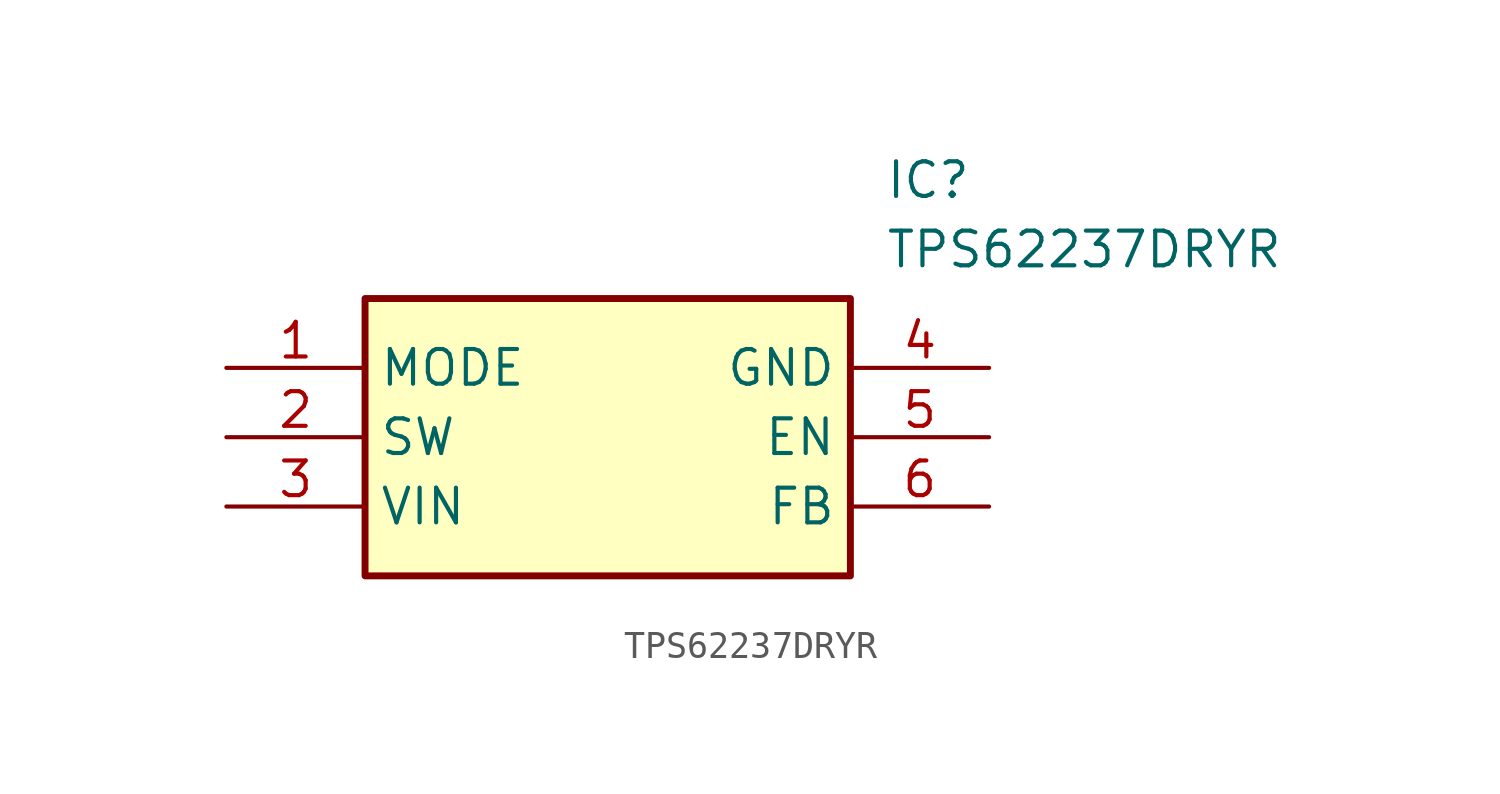
<source format=kicad_sym>
(kicad_symbol_lib
  (version 20211014)
  (generator SamacSys_ECAD_Model)
  (symbol "TPS62237DRYR"
    (property "Reference" "IC"
      (at 24.13 7.62 0)
      (effects (font (size 1.27 1.27)) (justify left top)))
    (property "Value" "TPS62237DRYR"
      (at 24.13 5.08 0)
      (effects (font (size 1.27 1.27)) (justify left top)))
    (rectangle
      (start 5.08 2.54)
      (end 22.86 -7.62)
      (stroke (width 0.254) (type default))
      (fill (type background)))
    (pin passive line
      (at 0 0 0)
      (length 5.08)
      (name "MODE" (effects (font (size 1.27 1.27))))
      (number "1" (effects (font (size 1.27 1.27)))))
    (pin passive line
      (at 0 -2.54 0)
      (length 5.08)
      (name "SW" (effects (font (size 1.27 1.27))))
      (number "2" (effects (font (size 1.27 1.27)))))
    (pin passive line
      (at 0 -5.08 0)
      (length 5.08)
      (name "VIN" (effects (font (size 1.27 1.27))))
      (number "3" (effects (font (size 1.27 1.27)))))
    (pin passive line
      (at 27.94 0 180)
      (length 5.08)
      (name "GND" (effects (font (size 1.27 1.27))))
      (number "4" (effects (font (size 1.27 1.27)))))
    (pin passive line
      (at 27.94 -2.54 180)
      (length 5.08)
      (name "EN" (effects (font (size 1.27 1.27))))
      (number "5" (effects (font (size 1.27 1.27)))))
    (pin passive line
      (at 27.94 -5.08 180)
      (length 5.08)
      (name "FB" (effects (font (size 1.27 1.27))))
      (number "6" (effects (font (size 1.27 1.27)))))))
</source>
